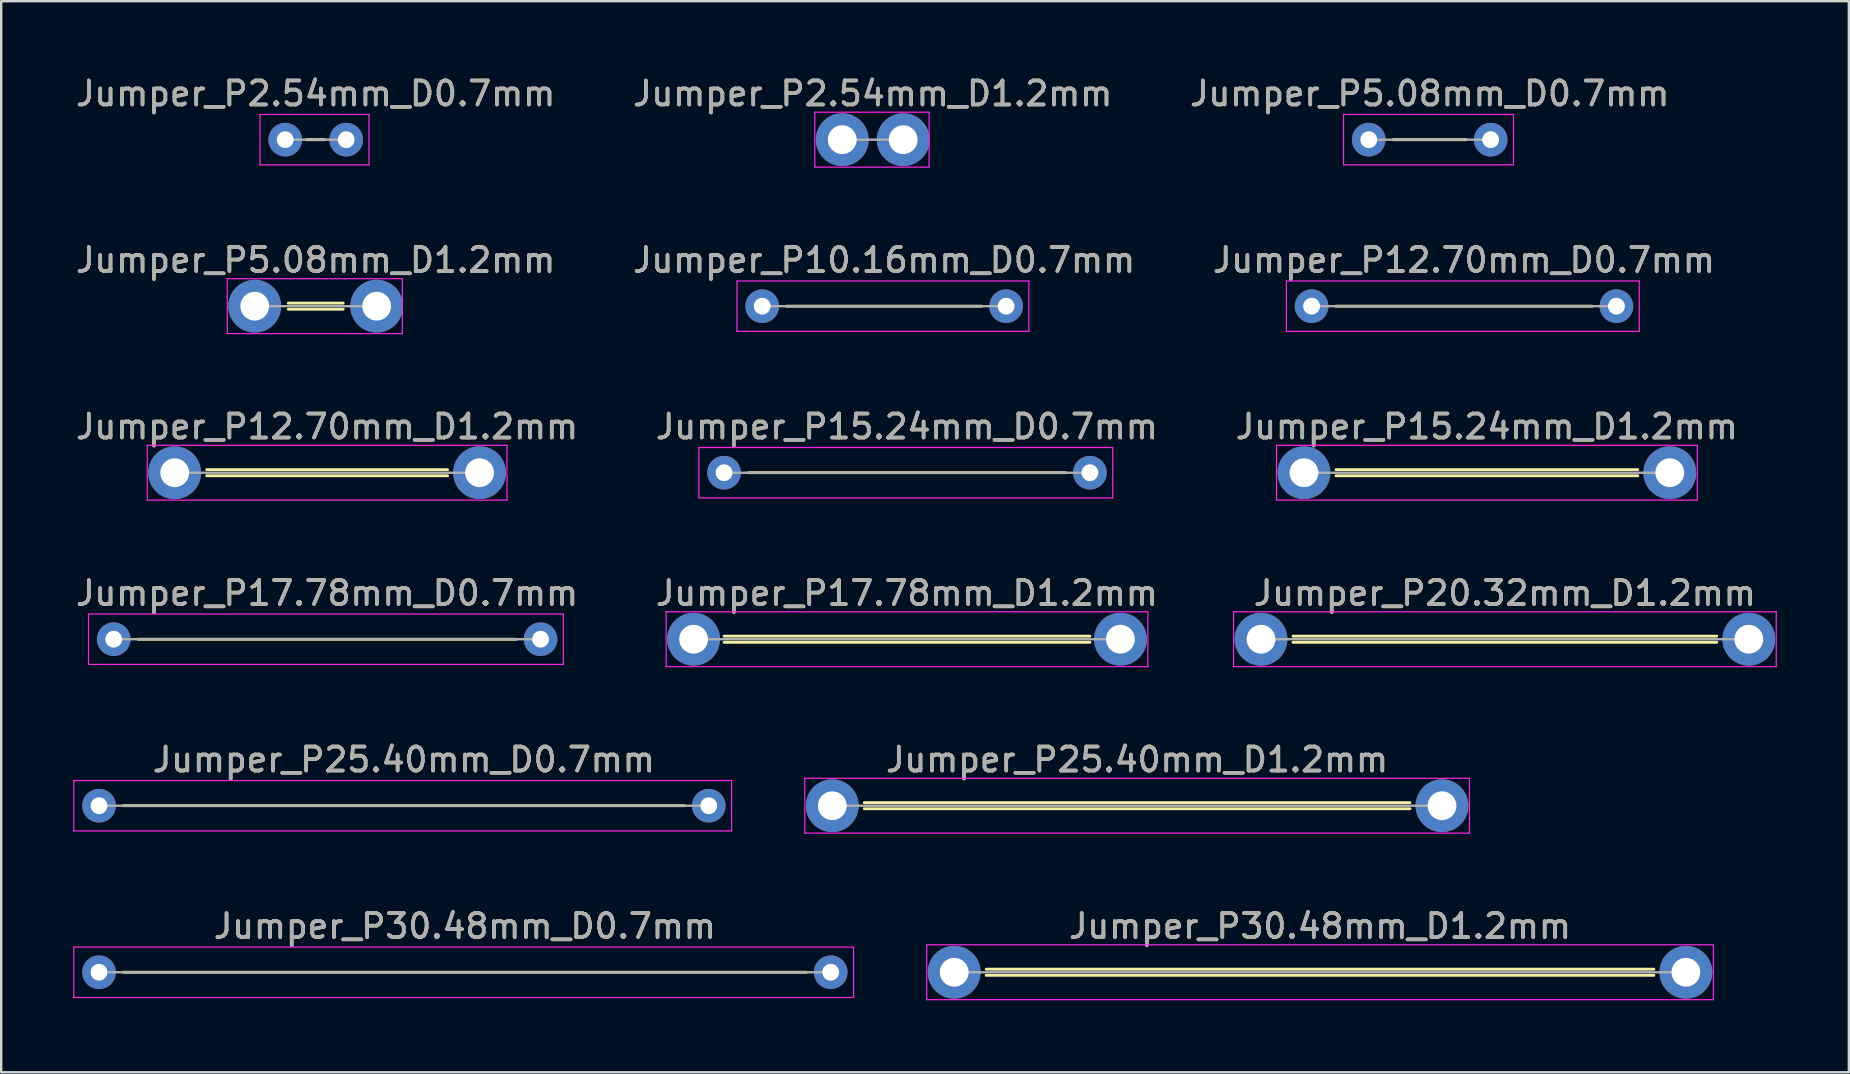
<source format=kicad_pcb>
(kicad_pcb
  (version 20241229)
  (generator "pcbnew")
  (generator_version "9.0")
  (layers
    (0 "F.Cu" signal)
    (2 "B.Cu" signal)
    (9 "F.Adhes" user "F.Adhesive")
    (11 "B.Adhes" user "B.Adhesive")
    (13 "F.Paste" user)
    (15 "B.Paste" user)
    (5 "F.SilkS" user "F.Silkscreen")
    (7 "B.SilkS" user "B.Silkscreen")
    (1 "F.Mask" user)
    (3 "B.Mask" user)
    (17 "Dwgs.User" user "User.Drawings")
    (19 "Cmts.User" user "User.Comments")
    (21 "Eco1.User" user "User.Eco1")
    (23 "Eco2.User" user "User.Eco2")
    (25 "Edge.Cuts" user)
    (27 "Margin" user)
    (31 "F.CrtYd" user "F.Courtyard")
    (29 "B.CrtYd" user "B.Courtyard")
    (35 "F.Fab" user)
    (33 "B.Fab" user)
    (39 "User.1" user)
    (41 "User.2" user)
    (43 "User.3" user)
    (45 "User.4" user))
  (footprint "Jumper_P15.24mm_D1.2mm"
    (layer "F.Cu")
    (at 51.267 16.641)
    (property "Reference" "Jumper_P15.24mm_D1.2mm" (at 7.62 -1.92 0) (layer "F.SilkS") (effects (font (size 1 1) (thickness 0.15))))
    (attr through_hole)
    (fp_line (start 1.333 -0.127) (end 13.906 -0.127) (stroke (width 0.12) (type solid)) (layer "F.SilkS"))
    (fp_line (start 1.333 0.127) (end 13.906 0.127) (stroke (width 0.12) (type solid)) (layer "F.SilkS"))
    (fp_line (start -1.143 -1.143) (end -1.143 1.143) (stroke (width 0.05) (type solid)) (layer "F.CrtYd"))
    (fp_line (start -1.143 1.143) (end 16.383 1.143) (stroke (width 0.05) (type solid)) (layer "F.CrtYd"))
    (fp_line (start 16.383 -1.143) (end -1.143 -1.143) (stroke (width 0.05) (type solid)) (layer "F.CrtYd"))
    (fp_line (start 16.383 1.143) (end 16.383 -1.143) (stroke (width 0.05) (type solid)) (layer "F.CrtYd"))
    (fp_line (start 0 0) (end 15.24 0) (stroke (width 0.1) (type solid)) (layer "F.Fab"))
    (fp_text user "${REFERENCE}" (at 7.62 -1.92 0) (layer "F.Fab") (effects (font (size 1 1) (thickness 0.15))))
    (pad "1" thru_hole circle (at 0 0) (size 2.2 2.2) (drill 1.2) (layers "*.Cu" "*.Mask"))
    (pad "2" thru_hole oval (at 15.24 0) (size 2.2 2.2) (drill 1.2) (layers "*.Cu" "*.Mask")))
  (footprint "Jumper_P15.24mm_D0.7mm"
    (layer "F.Cu")
    (at 27.112 16.641)
    (property "Reference" "Jumper_P15.24mm_D0.7mm" (at 7.62 -1.92 0) (layer "F.SilkS") (effects (font (size 1 1) (thickness 0.15))))
    (attr through_hole)
    (fp_line (start 1.016 0) (end 14.224 0) (stroke (width 0.12) (type solid)) (layer "F.SilkS"))
    (fp_line (start -1.05 -1.05) (end -1.05 1.05) (stroke (width 0.05) (type solid)) (layer "F.CrtYd"))
    (fp_line (start -1.05 1.05) (end 16.19 1.05) (stroke (width 0.05) (type solid)) (layer "F.CrtYd"))
    (fp_line (start 16.19 -1.05) (end -1.05 -1.05) (stroke (width 0.05) (type solid)) (layer "F.CrtYd"))
    (fp_line (start 16.19 1.05) (end 16.19 -1.05) (stroke (width 0.05) (type solid)) (layer "F.CrtYd"))
    (fp_line (start 0 0) (end 15.24 0) (stroke (width 0.1) (type solid)) (layer "F.Fab"))
    (fp_text user "${REFERENCE}" (at 7.62 -1.92 0) (layer "F.Fab") (effects (font (size 1 1) (thickness 0.15))))
    (pad "1" thru_hole circle (at 0 0) (size 1.4 1.4) (drill 0.7) (layers "*.Cu" "*.Mask"))
    (pad "2" thru_hole oval (at 15.24 0) (size 1.4 1.4) (drill 0.7) (layers "*.Cu" "*.Mask")))
  (footprint "Jumper_P12.70mm_D1.2mm"
    (layer "F.Cu")
    (at 4.227 16.641)
    (property "Reference" "Jumper_P12.70mm_D1.2mm" (at 6.35 -1.92 0) (layer "F.SilkS") (effects (font (size 1 1) (thickness 0.15))))
    (attr through_hole)
    (fp_line (start 1.333 -0.127) (end 11.367 -0.127) (stroke (width 0.12) (type solid)) (layer "F.SilkS"))
    (fp_line (start 1.333 0.127) (end 11.367 0.127) (stroke (width 0.12) (type solid)) (layer "F.SilkS"))
    (fp_line (start -1.143 -1.143) (end -1.143 1.143) (stroke (width 0.05) (type solid)) (layer "F.CrtYd"))
    (fp_line (start -1.143 1.143) (end 13.843 1.143) (stroke (width 0.05) (type solid)) (layer "F.CrtYd"))
    (fp_line (start 13.843 -1.143) (end -1.143 -1.143) (stroke (width 0.05) (type solid)) (layer "F.CrtYd"))
    (fp_line (start 13.843 1.143) (end 13.843 -1.143) (stroke (width 0.05) (type solid)) (layer "F.CrtYd"))
    (fp_line (start 0 0) (end 12.7 0) (stroke (width 0.1) (type solid)) (layer "F.Fab"))
    (fp_text user "${REFERENCE}" (at 6.35 -1.92 0) (layer "F.Fab") (effects (font (size 1 1) (thickness 0.15))))
    (pad "1" thru_hole circle (at 0 0) (size 2.2 2.2) (drill 1.2) (layers "*.Cu" "*.Mask"))
    (pad "2" thru_hole oval (at 12.7 0) (size 2.2 2.2) (drill 1.2) (layers "*.Cu" "*.Mask")))
  (footprint "Jumper_P30.48mm_D1.2mm"
    (layer "F.Cu")
    (at 36.698 37.45)
    (property "Reference" "Jumper_P30.48mm_D1.2mm" (at 15.24 -1.92 0) (layer "F.SilkS") (effects (font (size 1 1) (thickness 0.15))))
    (attr through_hole)
    (fp_line (start 1.333 -0.127) (end 29.146 -0.127) (stroke (width 0.12) (type solid)) (layer "F.SilkS"))
    (fp_line (start 1.333 0.127) (end 29.146 0.127) (stroke (width 0.12) (type solid)) (layer "F.SilkS"))
    (fp_line (start -1.143 -1.143) (end -1.143 1.143) (stroke (width 0.05) (type solid)) (layer "F.CrtYd"))
    (fp_line (start -1.143 1.143) (end 31.623 1.143) (stroke (width 0.05) (type solid)) (layer "F.CrtYd"))
    (fp_line (start 31.623 -1.143) (end -1.143 -1.143) (stroke (width 0.05) (type solid)) (layer "F.CrtYd"))
    (fp_line (start 31.623 1.143) (end 31.623 -1.143) (stroke (width 0.05) (type solid)) (layer "F.CrtYd"))
    (fp_line (start 0 0) (end 30.48 0) (stroke (width 0.1) (type solid)) (layer "F.Fab"))
    (fp_text user "${REFERENCE}" (at 15.24 -1.92 0) (layer "F.Fab") (effects (font (size 1 1) (thickness 0.15))))
    (pad "1" thru_hole circle (at 0 0) (size 2.2 2.2) (drill 1.2) (layers "*.Cu" "*.Mask"))
    (pad "2" thru_hole oval (at 30.48 0) (size 2.2 2.2) (drill 1.2) (layers "*.Cu" "*.Mask")))
  (footprint "Jumper_P5.08mm_D1.2mm"
    (layer "F.Cu")
    (at 7.561 9.704)
    (property "Reference" "Jumper_P5.08mm_D1.2mm" (at 2.54 -1.92 0) (layer "F.SilkS") (effects (font (size 1 1) (thickness 0.15))))
    (attr through_hole)
    (fp_line (start 1.397 -0.127) (end 3.683 -0.127) (stroke (width 0.12) (type solid)) (layer "F.SilkS"))
    (fp_line (start 1.397 0.127) (end 3.683 0.127) (stroke (width 0.12) (type solid)) (layer "F.SilkS"))
    (fp_line (start -1.143 -1.143) (end -1.143 1.143) (stroke (width 0.05) (type solid)) (layer "F.CrtYd"))
    (fp_line (start -1.143 1.143) (end 6.15 1.143) (stroke (width 0.05) (type solid)) (layer "F.CrtYd"))
    (fp_line (start 6.15 -1.143) (end -1.143 -1.143) (stroke (width 0.05) (type solid)) (layer "F.CrtYd"))
    (fp_line (start 6.15 1.143) (end 6.15 -1.143) (stroke (width 0.05) (type solid)) (layer "F.CrtYd"))
    (fp_line (start 0 0) (end 5.08 0) (stroke (width 0.1) (type solid)) (layer "F.Fab"))
    (fp_text user "${REFERENCE}" (at 2.54 -1.92 0) (layer "F.Fab") (effects (font (size 1 1) (thickness 0.15))))
    (pad "1" thru_hole circle (at 0 0) (size 2.2 2.2) (drill 1.2) (layers "*.Cu" "*.Mask"))
    (pad "2" thru_hole circle (at 5.08 0) (size 2.2 2.2) (drill 1.2) (layers "*.Cu" "*.Mask")))
  (footprint "Jumper_P20.32mm_D1.2mm"
    (layer "F.Cu")
    (at 49.478 23.577)
    (property "Reference" "Jumper_P20.32mm_D1.2mm" (at 10.16 -1.92 0) (layer "F.SilkS") (effects (font (size 1 1) (thickness 0.15))))
    (attr through_hole)
    (fp_line (start 1.333 -0.127) (end 18.986 -0.127) (stroke (width 0.12) (type solid)) (layer "F.SilkS"))
    (fp_line (start 1.333 0.127) (end 18.986 0.127) (stroke (width 0.12) (type solid)) (layer "F.SilkS"))
    (fp_line (start -1.143 -1.143) (end -1.143 1.143) (stroke (width 0.05) (type solid)) (layer "F.CrtYd"))
    (fp_line (start -1.143 1.143) (end 21.463 1.143) (stroke (width 0.05) (type solid)) (layer "F.CrtYd"))
    (fp_line (start 21.463 -1.143) (end -1.143 -1.143) (stroke (width 0.05) (type solid)) (layer "F.CrtYd"))
    (fp_line (start 21.463 1.143) (end 21.463 -1.143) (stroke (width 0.05) (type solid)) (layer "F.CrtYd"))
    (fp_line (start 0 0) (end 20.32 0) (stroke (width 0.1) (type solid)) (layer "F.Fab"))
    (fp_text user "${REFERENCE}" (at 10.16 -1.92 0) (layer "F.Fab") (effects (font (size 1 1) (thickness 0.15))))
    (pad "1" thru_hole circle (at 0 0) (size 2.2 2.2) (drill 1.2) (layers "*.Cu" "*.Mask"))
    (pad "2" thru_hole oval (at 20.32 0) (size 2.2 2.2) (drill 1.2) (layers "*.Cu" "*.Mask")))
  (footprint "Jumper_P25.40mm_D1.2mm"
    (layer "F.Cu")
    (at 31.618 30.513)
    (property "Reference" "Jumper_P25.40mm_D1.2mm" (at 12.7 -1.92 0) (layer "F.SilkS") (effects (font (size 1 1) (thickness 0.15))))
    (attr through_hole)
    (fp_line (start 1.333 -0.127) (end 24.067 -0.127) (stroke (width 0.12) (type solid)) (layer "F.SilkS"))
    (fp_line (start 1.333 0.127) (end 24.067 0.127) (stroke (width 0.12) (type solid)) (layer "F.SilkS"))
    (fp_line (start -1.143 -1.143) (end -1.143 1.143) (stroke (width 0.05) (type solid)) (layer "F.CrtYd"))
    (fp_line (start -1.143 1.143) (end 26.543 1.143) (stroke (width 0.05) (type solid)) (layer "F.CrtYd"))
    (fp_line (start 26.543 -1.143) (end -1.143 -1.143) (stroke (width 0.05) (type solid)) (layer "F.CrtYd"))
    (fp_line (start 26.543 1.143) (end 26.543 -1.143) (stroke (width 0.05) (type solid)) (layer "F.CrtYd"))
    (fp_line (start 0 0) (end 25.4 0) (stroke (width 0.1) (type solid)) (layer "F.Fab"))
    (fp_text user "${REFERENCE}" (at 12.7 -1.92 0) (layer "F.Fab") (effects (font (size 1 1) (thickness 0.15))))
    (pad "1" thru_hole circle (at 0 0) (size 2.2 2.2) (drill 1.2) (layers "*.Cu" "*.Mask"))
    (pad "2" thru_hole oval (at 25.4 0) (size 2.2 2.2) (drill 1.2) (layers "*.Cu" "*.Mask")))
  (footprint "Jumper_P2.54mm_D0.7mm"
    (layer "F.Cu")
    (at 8.831 2.768)
    (property "Reference" "Jumper_P2.54mm_D0.7mm" (at 1.27 -1.92 0) (layer "F.SilkS") (effects (font (size 1 1) (thickness 0.15))))
    (attr through_hole)
    (fp_line (start 0.889 0) (end 1.651 0) (stroke (width 0.12) (type solid)) (layer "F.SilkS"))
    (fp_line (start -1.05 -1.05) (end -1.05 1.05) (stroke (width 0.05) (type solid)) (layer "F.CrtYd"))
    (fp_line (start -1.05 1.05) (end 3.49 1.05) (stroke (width 0.05) (type solid)) (layer "F.CrtYd"))
    (fp_line (start 3.49 -1.05) (end -1.05 -1.05) (stroke (width 0.05) (type solid)) (layer "F.CrtYd"))
    (fp_line (start 3.49 1.05) (end 3.49 -1.05) (stroke (width 0.05) (type solid)) (layer "F.CrtYd"))
    (fp_line (start 0 0) (end 2.54 0) (stroke (width 0.1) (type solid)) (layer "F.Fab"))
    (fp_text user "${REFERENCE}" (at 1.27 -1.92 0) (layer "F.Fab") (effects (font (size 1 1) (thickness 0.15))))
    (pad "1" thru_hole circle (at 0 0) (size 1.4 1.4) (drill 0.7) (layers "*.Cu" "*.Mask"))
    (pad "2" thru_hole oval (at 2.54 0) (size 1.4 1.4) (drill 0.7) (layers "*.Cu" "*.Mask")))
  (footprint "Jumper_P12.70mm_D0.7mm"
    (layer "F.Cu")
    (at 51.585 9.704)
    (property "Reference" "Jumper_P12.70mm_D0.7mm" (at 6.35 -1.92 0) (layer "F.SilkS") (effects (font (size 1 1) (thickness 0.15))))
    (attr through_hole)
    (fp_line (start 1.016 0) (end 11.684 0) (stroke (width 0.12) (type solid)) (layer "F.SilkS"))
    (fp_line (start -1.05 -1.05) (end -1.05 1.05) (stroke (width 0.05) (type solid)) (layer "F.CrtYd"))
    (fp_line (start -1.05 1.05) (end 13.65 1.05) (stroke (width 0.05) (type solid)) (layer "F.CrtYd"))
    (fp_line (start 13.65 -1.05) (end -1.05 -1.05) (stroke (width 0.05) (type solid)) (layer "F.CrtYd"))
    (fp_line (start 13.65 1.05) (end 13.65 -1.05) (stroke (width 0.05) (type solid)) (layer "F.CrtYd"))
    (fp_line (start 0 0) (end 12.7 0) (stroke (width 0.1) (type solid)) (layer "F.Fab"))
    (fp_text user "${REFERENCE}" (at 6.35 -1.92 0) (layer "F.Fab") (effects (font (size 1 1) (thickness 0.15))))
    (pad "1" thru_hole circle (at 0 0) (size 1.4 1.4) (drill 0.7) (layers "*.Cu" "*.Mask"))
    (pad "2" thru_hole oval (at 12.7 0) (size 1.4 1.4) (drill 0.7) (layers "*.Cu" "*.Mask")))
  (footprint "Jumper_P5.08mm_D0.7mm"
    (layer "F.Cu")
    (at 53.966 2.768)
    (property "Reference" "Jumper_P5.08mm_D0.7mm" (at 2.54 -1.92 0) (layer "F.SilkS") (effects (font (size 1 1) (thickness 0.15))))
    (attr through_hole)
    (fp_line (start 1.016 0) (end 4.064 0) (stroke (width 0.12) (type solid)) (layer "F.SilkS"))
    (fp_line (start -1.05 -1.05) (end -1.05 1.05) (stroke (width 0.05) (type solid)) (layer "F.CrtYd"))
    (fp_line (start -1.05 1.05) (end 6.03 1.05) (stroke (width 0.05) (type solid)) (layer "F.CrtYd"))
    (fp_line (start 6.03 -1.05) (end -1.05 -1.05) (stroke (width 0.05) (type solid)) (layer "F.CrtYd"))
    (fp_line (start 6.03 1.05) (end 6.03 -1.05) (stroke (width 0.05) (type solid)) (layer "F.CrtYd"))
    (fp_line (start 0 0) (end 5.08 0) (stroke (width 0.1) (type solid)) (layer "F.Fab"))
    (fp_text user "${REFERENCE}" (at 2.54 -1.92 0) (layer "F.Fab") (effects (font (size 1 1) (thickness 0.15))))
    (pad "1" thru_hole circle (at 0 0) (size 1.4 1.4) (drill 0.7) (layers "*.Cu" "*.Mask"))
    (pad "2" thru_hole oval (at 5.08 0) (size 1.4 1.4) (drill 0.7) (layers "*.Cu" "*.Mask")))
  (footprint "Jumper_P10.16mm_D0.7mm"
    (layer "F.Cu")
    (at 28.7 9.704)
    (property "Reference" "Jumper_P10.16mm_D0.7mm" (at 5.08 -1.92 0) (layer "F.SilkS") (effects (font (size 1 1) (thickness 0.15))))
    (attr through_hole)
    (fp_line (start 1.016 0) (end 9.144 0) (stroke (width 0.12) (type solid)) (layer "F.SilkS"))
    (fp_line (start -1.05 -1.05) (end -1.05 1.05) (stroke (width 0.05) (type solid)) (layer "F.CrtYd"))
    (fp_line (start -1.05 1.05) (end 11.11 1.05) (stroke (width 0.05) (type solid)) (layer "F.CrtYd"))
    (fp_line (start 11.11 -1.05) (end -1.05 -1.05) (stroke (width 0.05) (type solid)) (layer "F.CrtYd"))
    (fp_line (start 11.11 1.05) (end 11.11 -1.05) (stroke (width 0.05) (type solid)) (layer "F.CrtYd"))
    (fp_line (start 0 0) (end 10.16 0) (stroke (width 0.1) (type solid)) (layer "F.Fab"))
    (fp_text user "${REFERENCE}" (at 5.08 -1.92 0) (layer "F.Fab") (effects (font (size 1 1) (thickness 0.15))))
    (pad "1" thru_hole circle (at 0 0) (size 1.4 1.4) (drill 0.7) (layers "*.Cu" "*.Mask"))
    (pad "2" thru_hole oval (at 10.16 0) (size 1.4 1.4) (drill 0.7) (layers "*.Cu" "*.Mask")))
  (footprint "Jumper_P2.54mm_D1.2mm"
    (layer "F.Cu")
    (at 32.034 2.768)
    (property "Reference" "Jumper_P2.54mm_D1.2mm" (at 1.27 -1.92 0) (layer "F.SilkS") (effects (font (size 1 1) (thickness 0.15))))
    (attr through_hole)
    (fp_line (start -1.143 -1.143) (end -1.143 1.143) (stroke (width 0.05) (type solid)) (layer "F.CrtYd"))
    (fp_line (start -1.143 1.143) (end 3.619 1.143) (stroke (width 0.05) (type solid)) (layer "F.CrtYd"))
    (fp_line (start 3.619 -1.143) (end -1.143 -1.143) (stroke (width 0.05) (type solid)) (layer "F.CrtYd"))
    (fp_line (start 3.619 1.143) (end 3.619 -1.143) (stroke (width 0.05) (type solid)) (layer "F.CrtYd"))
    (fp_line (start 0 0) (end 2.54 0) (stroke (width 0.1) (type solid)) (layer "F.Fab"))
    (fp_text user "${REFERENCE}" (at 1.27 -1.92 0) (layer "F.Fab") (effects (font (size 1 1) (thickness 0.15))))
    (pad "1" thru_hole circle (at 0 0) (size 2.2 2.2) (drill 1.2) (layers "*.Cu" "*.Mask"))
    (pad "2" thru_hole circle (at 2.54 0) (size 2.2 2.2) (drill 1.2) (layers "*.Cu" "*.Mask")))
  (footprint "Jumper_P17.78mm_D0.7mm"
    (layer "F.Cu")
    (at 1.687 23.577)
    (property "Reference" "Jumper_P17.78mm_D0.7mm" (at 8.89 -1.92 0) (layer "F.SilkS") (effects (font (size 1 1) (thickness 0.15))))
    (attr through_hole)
    (fp_line (start 1.016 0) (end 16.764 0) (stroke (width 0.12) (type solid)) (layer "F.SilkS"))
    (fp_line (start -1.05 -1.05) (end -1.05 1.05) (stroke (width 0.05) (type solid)) (layer "F.CrtYd"))
    (fp_line (start -1.05 1.05) (end 18.73 1.05) (stroke (width 0.05) (type solid)) (layer "F.CrtYd"))
    (fp_line (start 18.73 -1.05) (end -1.05 -1.05) (stroke (width 0.05) (type solid)) (layer "F.CrtYd"))
    (fp_line (start 18.73 1.05) (end 18.73 -1.05) (stroke (width 0.05) (type solid)) (layer "F.CrtYd"))
    (fp_line (start 0 0) (end 17.78 0) (stroke (width 0.1) (type solid)) (layer "F.Fab"))
    (fp_text user "${REFERENCE}" (at 8.89 -1.92 0) (layer "F.Fab") (effects (font (size 1 1) (thickness 0.15))))
    (pad "1" thru_hole circle (at 0 0) (size 1.4 1.4) (drill 0.7) (layers "*.Cu" "*.Mask"))
    (pad "2" thru_hole oval (at 17.78 0) (size 1.4 1.4) (drill 0.7) (layers "*.Cu" "*.Mask")))
  (footprint "Jumper_P17.78mm_D1.2mm"
    (layer "F.Cu")
    (at 25.842 23.577)
    (property "Reference" "Jumper_P17.78mm_D1.2mm" (at 8.89 -1.92 0) (layer "F.SilkS") (effects (font (size 1 1) (thickness 0.15))))
    (attr through_hole)
    (fp_line (start 1.27 -0.127) (end 16.51 -0.127) (stroke (width 0.12) (type solid)) (layer "F.SilkS"))
    (fp_line (start 1.27 0.127) (end 16.51 0.127) (stroke (width 0.12) (type solid)) (layer "F.SilkS"))
    (fp_line (start -1.143 -1.143) (end -1.143 1.143) (stroke (width 0.05) (type solid)) (layer "F.CrtYd"))
    (fp_line (start -1.143 1.143) (end 18.923 1.143) (stroke (width 0.05) (type solid)) (layer "F.CrtYd"))
    (fp_line (start 18.923 -1.143) (end -1.143 -1.143) (stroke (width 0.05) (type solid)) (layer "F.CrtYd"))
    (fp_line (start 18.923 1.143) (end 18.923 -1.143) (stroke (width 0.05) (type solid)) (layer "F.CrtYd"))
    (fp_line (start 0 0) (end 17.78 0) (stroke (width 0.1) (type solid)) (layer "F.Fab"))
    (fp_text user "${REFERENCE}" (at 8.89 -1.92 0) (layer "F.Fab") (effects (font (size 1 1) (thickness 0.15))))
    (pad "1" thru_hole circle (at 0 0) (size 2.2 2.2) (drill 1.2) (layers "*.Cu" "*.Mask"))
    (pad "2" thru_hole oval (at 17.78 0) (size 2.2 2.2) (drill 1.2) (layers "*.Cu" "*.Mask")))
  (footprint "Jumper_P30.48mm_D0.7mm"
    (layer "F.Cu")
    (at 1.075 37.45)
    (property "Reference" "Jumper_P30.48mm_D0.7mm" (at 15.24 -1.92 0) (layer "F.SilkS") (effects (font (size 1 1) (thickness 0.15))))
    (attr through_hole)
    (fp_line (start 1.016 0) (end 29.464 0) (stroke (width 0.12) (type solid)) (layer "F.SilkS"))
    (fp_line (start -1.05 -1.05) (end -1.05 1.05) (stroke (width 0.05) (type solid)) (layer "F.CrtYd"))
    (fp_line (start -1.05 1.05) (end 31.43 1.05) (stroke (width 0.05) (type solid)) (layer "F.CrtYd"))
    (fp_line (start 31.43 -1.05) (end -1.05 -1.05) (stroke (width 0.05) (type solid)) (layer "F.CrtYd"))
    (fp_line (start 31.43 1.05) (end 31.43 -1.05) (stroke (width 0.05) (type solid)) (layer "F.CrtYd"))
    (fp_line (start 0 0) (end 30.48 0) (stroke (width 0.1) (type solid)) (layer "F.Fab"))
    (fp_text user "${REFERENCE}" (at 15.24 -1.92 0) (layer "F.Fab") (effects (font (size 1 1) (thickness 0.15))))
    (pad "1" thru_hole circle (at 0 0) (size 1.4 1.4) (drill 0.7) (layers "*.Cu" "*.Mask"))
    (pad "2" thru_hole oval (at 30.48 0) (size 1.4 1.4) (drill 0.7) (layers "*.Cu" "*.Mask")))
  (footprint "Jumper_P25.40mm_D0.7mm"
    (layer "F.Cu")
    (at 1.075 30.513)
    (property "Reference" "Jumper_P25.40mm_D0.7mm" (at 12.7 -1.92 0) (layer "F.SilkS") (effects (font (size 1 1) (thickness 0.15))))
    (attr through_hole)
    (fp_line (start 1.016 0) (end 24.384 0) (stroke (width 0.12) (type solid)) (layer "F.SilkS"))
    (fp_line (start -1.05 -1.05) (end -1.05 1.05) (stroke (width 0.05) (type solid)) (layer "F.CrtYd"))
    (fp_line (start -1.05 1.05) (end 26.35 1.05) (stroke (width 0.05) (type solid)) (layer "F.CrtYd"))
    (fp_line (start 26.35 -1.05) (end -1.05 -1.05) (stroke (width 0.05) (type solid)) (layer "F.CrtYd"))
    (fp_line (start 26.35 1.05) (end 26.35 -1.05) (stroke (width 0.05) (type solid)) (layer "F.CrtYd"))
    (fp_line (start 0 0) (end 25.4 0) (stroke (width 0.1) (type solid)) (layer "F.Fab"))
    (fp_text user "${REFERENCE}" (at 12.7 -1.92 0) (layer "F.Fab") (effects (font (size 1 1) (thickness 0.15))))
    (pad "1" thru_hole circle (at 0 0) (size 1.4 1.4) (drill 0.7) (layers "*.Cu" "*.Mask"))
    (pad "2" thru_hole oval (at 25.4 0) (size 1.4 1.4) (drill 0.7) (layers "*.Cu" "*.Mask")))
  (gr_rect
    (start -3 -3)
    (end 73.966 41.617)
    (stroke (width 0.1) (type default))
    (fill no)
    (layer "Edge.Cuts")))
</source>
